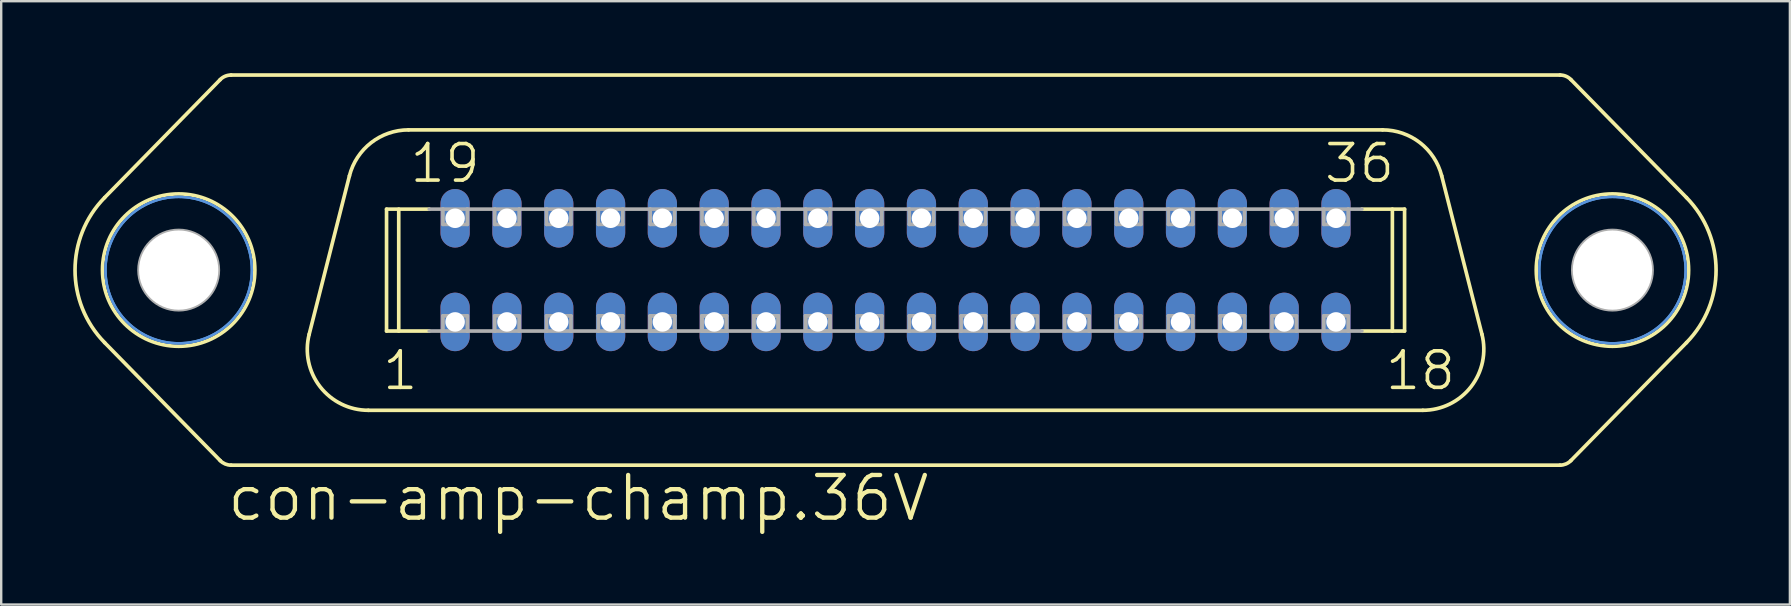
<source format=kicad_pcb>
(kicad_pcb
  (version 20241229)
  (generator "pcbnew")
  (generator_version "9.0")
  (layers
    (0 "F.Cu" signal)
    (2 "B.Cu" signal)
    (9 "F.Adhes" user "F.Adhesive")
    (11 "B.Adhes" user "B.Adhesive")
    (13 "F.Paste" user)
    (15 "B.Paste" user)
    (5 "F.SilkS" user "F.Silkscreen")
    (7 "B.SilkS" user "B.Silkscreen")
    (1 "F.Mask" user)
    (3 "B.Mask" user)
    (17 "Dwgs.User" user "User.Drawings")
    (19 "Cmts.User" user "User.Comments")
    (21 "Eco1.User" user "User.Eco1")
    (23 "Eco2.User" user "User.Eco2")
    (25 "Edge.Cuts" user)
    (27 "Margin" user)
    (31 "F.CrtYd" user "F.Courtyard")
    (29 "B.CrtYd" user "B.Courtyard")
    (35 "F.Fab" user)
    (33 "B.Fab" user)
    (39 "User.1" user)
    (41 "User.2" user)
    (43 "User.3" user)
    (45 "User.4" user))
  (footprint "con-amp-champ.36V"
    (layer "F.Cu")
    (at 34.265 8.204)
    (property "Reference" "con-amp-champ.36V" (at -27.94 10.541 0) (layer "F.SilkS") (effects (font (size 1.778 1.778) (thickness 0.18)) (justify left bottom)))
    (attr through_hole)
    (fp_line (start -28.14 -7.937) (end -32.955 -3.022) (stroke (width 0.152) (type default)) (layer "F.SilkS"))
    (fp_line (start -28.14 7.937) (end -32.955 3.022) (stroke (width 0.152) (type default)) (layer "F.SilkS"))
    (fp_line (start -27.686 -8.128) (end 27.686 -8.128) (stroke (width 0.152) (type default)) (layer "F.SilkS"))
    (fp_line (start -27.686 8.128) (end 27.686 8.128) (stroke (width 0.152) (type default)) (layer "F.SilkS"))
    (fp_line (start -22.755 -3.928) (end -24.433 2.676) (stroke (width 0.152) (type default)) (layer "F.SilkS"))
    (fp_line (start -21.971 5.842) (end 21.971 5.842) (stroke (width 0.152) (type default)) (layer "F.SilkS"))
    (fp_line (start -21.209 -2.54) (end -19.429 -2.54) (stroke (width 0.152) (type default)) (layer "F.SilkS"))
    (fp_line (start -21.209 2.54) (end -21.209 -2.54) (stroke (width 0.152) (type default)) (layer "F.SilkS"))
    (fp_line (start -21.209 2.54) (end -19.429 2.54) (stroke (width 0.152) (type default)) (layer "F.SilkS"))
    (fp_line (start -20.701 2.54) (end -20.701 -2.54) (stroke (width 0.152) (type default)) (layer "F.SilkS"))
    (fp_line (start -20.293 -5.842) (end 20.293 -5.842) (stroke (width 0.152) (type default)) (layer "F.SilkS"))
    (fp_line (start 19.429 -2.54) (end 21.209 -2.54) (stroke (width 0.152) (type default)) (layer "F.SilkS"))
    (fp_line (start 19.429 2.54) (end 21.209 2.54) (stroke (width 0.152) (type default)) (layer "F.SilkS"))
    (fp_line (start 20.701 2.54) (end 20.701 -2.54) (stroke (width 0.152) (type default)) (layer "F.SilkS"))
    (fp_line (start 21.209 2.54) (end 21.209 -2.54) (stroke (width 0.152) (type default)) (layer "F.SilkS"))
    (fp_line (start 22.755 -3.928) (end 24.433 2.676) (stroke (width 0.152) (type default)) (layer "F.SilkS"))
    (fp_line (start 28.14 -7.937) (end 32.955 -3.022) (stroke (width 0.152) (type default)) (layer "F.SilkS"))
    (fp_line (start 28.14 7.937) (end 32.955 3.022) (stroke (width 0.152) (type default)) (layer "F.SilkS"))
    (fp_arc (start -32.955 3.022) (mid -34.188365 0.0004) (end -32.955 -3.0212) (stroke (width 0.1524) (type default)) (layer "F.SilkS"))
    (fp_arc (start -28.14 -7.937) (mid -27.93241 -8.078018) (end -27.6864 -8.1276) (stroke (width 0.1524) (type default)) (layer "F.SilkS"))
    (fp_arc (start -27.6864 8.1276) (mid -27.93241 8.078018) (end -28.14 7.937) (stroke (width 0.1524) (type default)) (layer "F.SilkS"))
    (fp_arc (start -22.755 -3.928) (mid -21.852488 -5.307486) (end -20.2932 -5.8424) (stroke (width 0.1524) (type default)) (layer "F.SilkS"))
    (fp_arc (start -21.9712 5.8416) (mid -23.976286 4.860863) (end -24.433 2.676) (stroke (width 0.1524) (type default)) (layer "F.SilkS"))
    (fp_arc (start 20.293 -5.842) (mid 21.852288 -5.307086) (end 22.7548 -3.9276) (stroke (width 0.1524) (type default)) (layer "F.SilkS"))
    (fp_arc (start 24.433 2.676) (mid 23.976286 4.860863) (end 21.9712 5.8416) (stroke (width 0.1524) (type default)) (layer "F.SilkS"))
    (fp_arc (start 27.6864 -8.1276) (mid 27.93241 -8.078018) (end 28.14 -7.937) (stroke (width 0.1524) (type default)) (layer "F.SilkS"))
    (fp_arc (start 28.14 7.937) (mid 27.93241 8.078018) (end 27.6864 8.1276) (stroke (width 0.1524) (type default)) (layer "F.SilkS"))
    (fp_arc (start 32.955 -3.0212) (mid 34.188365 0.0004) (end 32.955 3.022) (stroke (width 0.1524) (type default)) (layer "F.SilkS"))
    (fp_circle (center -29.87 0) (end -26.695 0) (stroke (width 0.152) (type default)) (fill no) (layer "F.SilkS"))
    (fp_circle (center 29.87 0) (end 33.045 0) (stroke (width 0.152) (type default)) (fill no) (layer "F.SilkS"))
    (fp_circle (center -29.87 0) (end -26.822 0) (stroke (width 0.1) (type default)) (fill no) (layer "Cmts.User"))
    (fp_circle (center -29.87 0) (end -26.822 0) (stroke (width 0.1) (type default)) (fill no) (layer "Cmts.User"))
    (fp_circle (center 29.87 0) (end 32.918 0) (stroke (width 0.1) (type default)) (fill no) (layer "Cmts.User"))
    (fp_circle (center 29.87 0) (end 32.918 0) (stroke (width 0.1) (type default)) (fill no) (layer "Cmts.User"))
    (fp_line (start -19.429 -2.54) (end -18.86 -2.54) (stroke (width 0.152) (type default)) (layer "F.Fab"))
    (fp_line (start -19.429 2.54) (end -18.86 2.54) (stroke (width 0.152) (type default)) (layer "F.Fab"))
    (fp_line (start -18.86 -2.54) (end -17.843 -2.54) (stroke (width 0.152) (type default)) (layer "F.Fab"))
    (fp_line (start -18.86 -1.905) (end -18.86 -2.54) (stroke (width 0.152) (type default)) (layer "F.Fab"))
    (fp_line (start -18.86 1.905) (end -17.843 1.905) (stroke (width 0.152) (type default)) (layer "F.Fab"))
    (fp_line (start -18.86 2.54) (end -18.86 1.905) (stroke (width 0.152) (type default)) (layer "F.Fab"))
    (fp_line (start -17.843 -2.54) (end -17.843 -1.905) (stroke (width 0.152) (type default)) (layer "F.Fab"))
    (fp_line (start -17.843 -2.54) (end -16.701 -2.54) (stroke (width 0.152) (type default)) (layer "F.Fab"))
    (fp_line (start -17.843 -1.905) (end -18.86 -1.905) (stroke (width 0.152) (type default)) (layer "F.Fab"))
    (fp_line (start -17.843 1.905) (end -17.843 2.54) (stroke (width 0.152) (type default)) (layer "F.Fab"))
    (fp_line (start -17.843 2.54) (end -18.86 2.54) (stroke (width 0.152) (type default)) (layer "F.Fab"))
    (fp_line (start -17.843 2.54) (end -16.701 2.54) (stroke (width 0.152) (type default)) (layer "F.Fab"))
    (fp_line (start -16.701 -2.54) (end -15.684 -2.54) (stroke (width 0.152) (type default)) (layer "F.Fab"))
    (fp_line (start -16.701 -1.905) (end -16.701 -2.54) (stroke (width 0.152) (type default)) (layer "F.Fab"))
    (fp_line (start -16.701 1.905) (end -15.684 1.905) (stroke (width 0.152) (type default)) (layer "F.Fab"))
    (fp_line (start -16.701 2.54) (end -16.701 1.905) (stroke (width 0.152) (type default)) (layer "F.Fab"))
    (fp_line (start -15.684 -2.54) (end -15.684 -1.905) (stroke (width 0.152) (type default)) (layer "F.Fab"))
    (fp_line (start -15.684 -2.54) (end -14.541 -2.54) (stroke (width 0.152) (type default)) (layer "F.Fab"))
    (fp_line (start -15.684 -1.905) (end -16.701 -1.905) (stroke (width 0.152) (type default)) (layer "F.Fab"))
    (fp_line (start -15.684 1.905) (end -15.684 2.54) (stroke (width 0.152) (type default)) (layer "F.Fab"))
    (fp_line (start -15.684 2.54) (end -16.701 2.54) (stroke (width 0.152) (type default)) (layer "F.Fab"))
    (fp_line (start -15.684 2.54) (end -14.541 2.54) (stroke (width 0.152) (type default)) (layer "F.Fab"))
    (fp_line (start -14.541 -2.54) (end -13.525 -2.54) (stroke (width 0.152) (type default)) (layer "F.Fab"))
    (fp_line (start -14.541 -1.905) (end -14.541 -2.54) (stroke (width 0.152) (type default)) (layer "F.Fab"))
    (fp_line (start -14.541 1.905) (end -13.525 1.905) (stroke (width 0.152) (type default)) (layer "F.Fab"))
    (fp_line (start -14.541 2.54) (end -14.541 1.905) (stroke (width 0.152) (type default)) (layer "F.Fab"))
    (fp_line (start -13.525 -2.54) (end -13.525 -1.905) (stroke (width 0.152) (type default)) (layer "F.Fab"))
    (fp_line (start -13.525 -2.54) (end -12.383 -2.54) (stroke (width 0.152) (type default)) (layer "F.Fab"))
    (fp_line (start -13.525 -1.905) (end -14.541 -1.905) (stroke (width 0.152) (type default)) (layer "F.Fab"))
    (fp_line (start -13.525 1.905) (end -13.525 2.54) (stroke (width 0.152) (type default)) (layer "F.Fab"))
    (fp_line (start -13.525 2.54) (end -14.541 2.54) (stroke (width 0.152) (type default)) (layer "F.Fab"))
    (fp_line (start -13.525 2.54) (end -12.383 2.54) (stroke (width 0.152) (type default)) (layer "F.Fab"))
    (fp_line (start -12.383 -2.54) (end -11.367 -2.54) (stroke (width 0.152) (type default)) (layer "F.Fab"))
    (fp_line (start -12.383 -1.905) (end -12.383 -2.54) (stroke (width 0.152) (type default)) (layer "F.Fab"))
    (fp_line (start -12.383 1.905) (end -11.367 1.905) (stroke (width 0.152) (type default)) (layer "F.Fab"))
    (fp_line (start -12.383 2.54) (end -12.383 1.905) (stroke (width 0.152) (type default)) (layer "F.Fab"))
    (fp_line (start -11.367 -2.54) (end -11.367 -1.905) (stroke (width 0.152) (type default)) (layer "F.Fab"))
    (fp_line (start -11.367 -2.54) (end -10.223 -2.54) (stroke (width 0.152) (type default)) (layer "F.Fab"))
    (fp_line (start -11.367 -1.905) (end -12.383 -1.905) (stroke (width 0.152) (type default)) (layer "F.Fab"))
    (fp_line (start -11.367 1.905) (end -11.367 2.54) (stroke (width 0.152) (type default)) (layer "F.Fab"))
    (fp_line (start -11.367 2.54) (end -12.383 2.54) (stroke (width 0.152) (type default)) (layer "F.Fab"))
    (fp_line (start -11.367 2.54) (end -10.223 2.54) (stroke (width 0.152) (type default)) (layer "F.Fab"))
    (fp_line (start -10.223 -2.54) (end -9.207 -2.54) (stroke (width 0.152) (type default)) (layer "F.Fab"))
    (fp_line (start -10.223 -1.905) (end -10.223 -2.54) (stroke (width 0.152) (type default)) (layer "F.Fab"))
    (fp_line (start -10.223 1.905) (end -9.207 1.905) (stroke (width 0.152) (type default)) (layer "F.Fab"))
    (fp_line (start -10.223 1.905) (end -9.207 1.905) (stroke (width 0.152) (type default)) (layer "F.Fab"))
    (fp_line (start -10.223 2.54) (end -10.223 1.905) (stroke (width 0.152) (type default)) (layer "F.Fab"))
    (fp_line (start -10.223 2.54) (end -10.223 1.905) (stroke (width 0.152) (type default)) (layer "F.Fab"))
    (fp_line (start -9.207 -2.54) (end -9.207 -1.905) (stroke (width 0.152) (type default)) (layer "F.Fab"))
    (fp_line (start -9.207 -2.54) (end -8.065 -2.54) (stroke (width 0.152) (type default)) (layer "F.Fab"))
    (fp_line (start -9.207 -1.905) (end -10.223 -1.905) (stroke (width 0.152) (type default)) (layer "F.Fab"))
    (fp_line (start -9.207 1.905) (end -9.207 2.54) (stroke (width 0.152) (type default)) (layer "F.Fab"))
    (fp_line (start -9.207 1.905) (end -9.207 2.54) (stroke (width 0.152) (type default)) (layer "F.Fab"))
    (fp_line (start -9.207 2.54) (end -10.223 2.54) (stroke (width 0.152) (type default)) (layer "F.Fab"))
    (fp_line (start -9.207 2.54) (end -10.223 2.54) (stroke (width 0.152) (type default)) (layer "F.Fab"))
    (fp_line (start -9.207 2.54) (end -8.065 2.54) (stroke (width 0.152) (type default)) (layer "F.Fab"))
    (fp_line (start -8.065 -2.54) (end -7.048 -2.54) (stroke (width 0.152) (type default)) (layer "F.Fab"))
    (fp_line (start -8.065 -1.905) (end -8.065 -2.54) (stroke (width 0.152) (type default)) (layer "F.Fab"))
    (fp_line (start -8.065 1.905) (end -7.048 1.905) (stroke (width 0.152) (type default)) (layer "F.Fab"))
    (fp_line (start -8.065 1.905) (end -7.048 1.905) (stroke (width 0.152) (type default)) (layer "F.Fab"))
    (fp_line (start -8.065 2.54) (end -8.065 1.905) (stroke (width 0.152) (type default)) (layer "F.Fab"))
    (fp_line (start -8.065 2.54) (end -8.065 1.905) (stroke (width 0.152) (type default)) (layer "F.Fab"))
    (fp_line (start -7.048 -2.54) (end -7.048 -1.905) (stroke (width 0.152) (type default)) (layer "F.Fab"))
    (fp_line (start -7.048 -2.54) (end -5.905 -2.54) (stroke (width 0.152) (type default)) (layer "F.Fab"))
    (fp_line (start -7.048 -1.905) (end -8.065 -1.905) (stroke (width 0.152) (type default)) (layer "F.Fab"))
    (fp_line (start -7.048 1.905) (end -7.048 2.54) (stroke (width 0.152) (type default)) (layer "F.Fab"))
    (fp_line (start -7.048 1.905) (end -7.048 2.54) (stroke (width 0.152) (type default)) (layer "F.Fab"))
    (fp_line (start -7.048 2.54) (end -8.065 2.54) (stroke (width 0.152) (type default)) (layer "F.Fab"))
    (fp_line (start -7.048 2.54) (end -8.065 2.54) (stroke (width 0.152) (type default)) (layer "F.Fab"))
    (fp_line (start -7.048 2.54) (end -5.905 2.54) (stroke (width 0.152) (type default)) (layer "F.Fab"))
    (fp_line (start -5.905 -2.54) (end -4.889 -2.54) (stroke (width 0.152) (type default)) (layer "F.Fab"))
    (fp_line (start -5.905 -1.905) (end -5.905 -2.54) (stroke (width 0.152) (type default)) (layer "F.Fab"))
    (fp_line (start -5.905 1.905) (end -4.889 1.905) (stroke (width 0.152) (type default)) (layer "F.Fab"))
    (fp_line (start -5.905 1.905) (end -4.889 1.905) (stroke (width 0.152) (type default)) (layer "F.Fab"))
    (fp_line (start -5.905 2.54) (end -5.905 1.905) (stroke (width 0.152) (type default)) (layer "F.Fab"))
    (fp_line (start -5.905 2.54) (end -5.905 1.905) (stroke (width 0.152) (type default)) (layer "F.Fab"))
    (fp_line (start -4.889 -2.54) (end -4.889 -1.905) (stroke (width 0.152) (type default)) (layer "F.Fab"))
    (fp_line (start -4.889 -2.54) (end -3.747 -2.54) (stroke (width 0.152) (type default)) (layer "F.Fab"))
    (fp_line (start -4.889 -1.905) (end -5.905 -1.905) (stroke (width 0.152) (type default)) (layer "F.Fab"))
    (fp_line (start -4.889 1.905) (end -4.889 2.54) (stroke (width 0.152) (type default)) (layer "F.Fab"))
    (fp_line (start -4.889 1.905) (end -4.889 2.54) (stroke (width 0.152) (type default)) (layer "F.Fab"))
    (fp_line (start -4.889 2.54) (end -5.905 2.54) (stroke (width 0.152) (type default)) (layer "F.Fab"))
    (fp_line (start -4.889 2.54) (end -5.905 2.54) (stroke (width 0.152) (type default)) (layer "F.Fab"))
    (fp_line (start -4.889 2.54) (end -3.747 2.54) (stroke (width 0.152) (type default)) (layer "F.Fab"))
    (fp_line (start -3.747 -2.54) (end -2.731 -2.54) (stroke (width 0.152) (type default)) (layer "F.Fab"))
    (fp_line (start -3.747 -1.905) (end -3.747 -2.54) (stroke (width 0.152) (type default)) (layer "F.Fab"))
    (fp_line (start -3.747 1.905) (end -2.731 1.905) (stroke (width 0.152) (type default)) (layer "F.Fab"))
    (fp_line (start -3.747 1.905) (end -2.731 1.905) (stroke (width 0.152) (type default)) (layer "F.Fab"))
    (fp_line (start -3.747 2.54) (end -3.747 1.905) (stroke (width 0.152) (type default)) (layer "F.Fab"))
    (fp_line (start -3.747 2.54) (end -3.747 1.905) (stroke (width 0.152) (type default)) (layer "F.Fab"))
    (fp_line (start -2.731 -2.54) (end -2.731 -1.905) (stroke (width 0.152) (type default)) (layer "F.Fab"))
    (fp_line (start -2.731 -2.54) (end -1.587 -2.54) (stroke (width 0.152) (type default)) (layer "F.Fab"))
    (fp_line (start -2.731 -1.905) (end -3.747 -1.905) (stroke (width 0.152) (type default)) (layer "F.Fab"))
    (fp_line (start -2.731 1.905) (end -2.731 2.54) (stroke (width 0.152) (type default)) (layer "F.Fab"))
    (fp_line (start -2.731 1.905) (end -2.731 2.54) (stroke (width 0.152) (type default)) (layer "F.Fab"))
    (fp_line (start -2.731 2.54) (end -3.747 2.54) (stroke (width 0.152) (type default)) (layer "F.Fab"))
    (fp_line (start -2.731 2.54) (end -3.747 2.54) (stroke (width 0.152) (type default)) (layer "F.Fab"))
    (fp_line (start -2.731 2.54) (end -1.587 2.54) (stroke (width 0.152) (type default)) (layer "F.Fab"))
    (fp_line (start -1.587 -2.54) (end -0.572 -2.54) (stroke (width 0.152) (type default)) (layer "F.Fab"))
    (fp_line (start -1.587 -1.905) (end -1.587 -2.54) (stroke (width 0.152) (type default)) (layer "F.Fab"))
    (fp_line (start -1.587 1.905) (end -0.572 1.905) (stroke (width 0.152) (type default)) (layer "F.Fab"))
    (fp_line (start -1.587 2.54) (end -1.587 1.905) (stroke (width 0.152) (type default)) (layer "F.Fab"))
    (fp_line (start -0.572 -2.54) (end -0.572 -1.905) (stroke (width 0.152) (type default)) (layer "F.Fab"))
    (fp_line (start -0.572 -2.54) (end 0.572 -2.54) (stroke (width 0.152) (type default)) (layer "F.Fab"))
    (fp_line (start -0.572 -1.905) (end -1.587 -1.905) (stroke (width 0.152) (type default)) (layer "F.Fab"))
    (fp_line (start -0.572 1.905) (end -0.572 2.54) (stroke (width 0.152) (type default)) (layer "F.Fab"))
    (fp_line (start -0.572 2.54) (end -1.587 2.54) (stroke (width 0.152) (type default)) (layer "F.Fab"))
    (fp_line (start -0.572 2.54) (end 0.572 2.54) (stroke (width 0.152) (type default)) (layer "F.Fab"))
    (fp_line (start 0.572 -2.54) (end 1.587 -2.54) (stroke (width 0.152) (type default)) (layer "F.Fab"))
    (fp_line (start 0.572 -1.905) (end 0.572 -2.54) (stroke (width 0.152) (type default)) (layer "F.Fab"))
    (fp_line (start 0.572 1.905) (end 1.587 1.905) (stroke (width 0.152) (type default)) (layer "F.Fab"))
    (fp_line (start 0.572 2.54) (end 0.572 1.905) (stroke (width 0.152) (type default)) (layer "F.Fab"))
    (fp_line (start 1.587 -2.54) (end 1.587 -1.905) (stroke (width 0.152) (type default)) (layer "F.Fab"))
    (fp_line (start 1.587 -2.54) (end 2.731 -2.54) (stroke (width 0.152) (type default)) (layer "F.Fab"))
    (fp_line (start 1.587 -1.905) (end 0.572 -1.905) (stroke (width 0.152) (type default)) (layer "F.Fab"))
    (fp_line (start 1.587 1.905) (end 1.587 2.54) (stroke (width 0.152) (type default)) (layer "F.Fab"))
    (fp_line (start 1.587 2.54) (end 0.572 2.54) (stroke (width 0.152) (type default)) (layer "F.Fab"))
    (fp_line (start 1.587 2.54) (end 2.731 2.54) (stroke (width 0.152) (type default)) (layer "F.Fab"))
    (fp_line (start 2.731 -2.54) (end 3.747 -2.54) (stroke (width 0.152) (type default)) (layer "F.Fab"))
    (fp_line (start 2.731 -1.905) (end 2.731 -2.54) (stroke (width 0.152) (type default)) (layer "F.Fab"))
    (fp_line (start 2.731 1.905) (end 3.747 1.905) (stroke (width 0.152) (type default)) (layer "F.Fab"))
    (fp_line (start 2.731 2.54) (end 2.731 1.905) (stroke (width 0.152) (type default)) (layer "F.Fab"))
    (fp_line (start 3.747 -2.54) (end 3.747 -1.905) (stroke (width 0.152) (type default)) (layer "F.Fab"))
    (fp_line (start 3.747 -2.54) (end 4.889 -2.54) (stroke (width 0.152) (type default)) (layer "F.Fab"))
    (fp_line (start 3.747 -1.905) (end 2.731 -1.905) (stroke (width 0.152) (type default)) (layer "F.Fab"))
    (fp_line (start 3.747 1.905) (end 3.747 2.54) (stroke (width 0.152) (type default)) (layer "F.Fab"))
    (fp_line (start 3.747 2.54) (end 2.731 2.54) (stroke (width 0.152) (type default)) (layer "F.Fab"))
    (fp_line (start 3.747 2.54) (end 4.889 2.54) (stroke (width 0.152) (type default)) (layer "F.Fab"))
    (fp_line (start 4.889 -2.54) (end 5.905 -2.54) (stroke (width 0.152) (type default)) (layer "F.Fab"))
    (fp_line (start 4.889 -1.905) (end 4.889 -2.54) (stroke (width 0.152) (type default)) (layer "F.Fab"))
    (fp_line (start 4.889 1.905) (end 5.905 1.905) (stroke (width 0.152) (type default)) (layer "F.Fab"))
    (fp_line (start 4.889 2.54) (end 4.889 1.905) (stroke (width 0.152) (type default)) (layer "F.Fab"))
    (fp_line (start 5.905 -2.54) (end 5.905 -1.905) (stroke (width 0.152) (type default)) (layer "F.Fab"))
    (fp_line (start 5.905 -2.54) (end 7.048 -2.54) (stroke (width 0.152) (type default)) (layer "F.Fab"))
    (fp_line (start 5.905 -1.905) (end 4.889 -1.905) (stroke (width 0.152) (type default)) (layer "F.Fab"))
    (fp_line (start 5.905 1.905) (end 5.905 2.54) (stroke (width 0.152) (type default)) (layer "F.Fab"))
    (fp_line (start 5.905 2.54) (end 4.889 2.54) (stroke (width 0.152) (type default)) (layer "F.Fab"))
    (fp_line (start 5.905 2.54) (end 7.048 2.54) (stroke (width 0.152) (type default)) (layer "F.Fab"))
    (fp_line (start 7.048 -2.54) (end 8.065 -2.54) (stroke (width 0.152) (type default)) (layer "F.Fab"))
    (fp_line (start 7.048 -1.905) (end 7.048 -2.54) (stroke (width 0.152) (type default)) (layer "F.Fab"))
    (fp_line (start 7.048 1.905) (end 8.065 1.905) (stroke (width 0.152) (type default)) (layer "F.Fab"))
    (fp_line (start 7.048 2.54) (end 7.048 1.905) (stroke (width 0.152) (type default)) (layer "F.Fab"))
    (fp_line (start 8.065 -2.54) (end 8.065 -1.905) (stroke (width 0.152) (type default)) (layer "F.Fab"))
    (fp_line (start 8.065 -2.54) (end 9.207 -2.54) (stroke (width 0.152) (type default)) (layer "F.Fab"))
    (fp_line (start 8.065 -1.905) (end 7.048 -1.905) (stroke (width 0.152) (type default)) (layer "F.Fab"))
    (fp_line (start 8.065 1.905) (end 8.065 2.54) (stroke (width 0.152) (type default)) (layer "F.Fab"))
    (fp_line (start 8.065 2.54) (end 7.048 2.54) (stroke (width 0.152) (type default)) (layer "F.Fab"))
    (fp_line (start 8.065 2.54) (end 9.207 2.54) (stroke (width 0.152) (type default)) (layer "F.Fab"))
    (fp_line (start 9.207 -2.54) (end 10.223 -2.54) (stroke (width 0.152) (type default)) (layer "F.Fab"))
    (fp_line (start 9.207 -1.905) (end 9.207 -2.54) (stroke (width 0.152) (type default)) (layer "F.Fab"))
    (fp_line (start 9.207 1.905) (end 10.223 1.905) (stroke (width 0.152) (type default)) (layer "F.Fab"))
    (fp_line (start 9.207 2.54) (end 9.207 1.905) (stroke (width 0.152) (type default)) (layer "F.Fab"))
    (fp_line (start 10.223 -2.54) (end 10.223 -1.905) (stroke (width 0.152) (type default)) (layer "F.Fab"))
    (fp_line (start 10.223 -2.54) (end 11.367 -2.54) (stroke (width 0.152) (type default)) (layer "F.Fab"))
    (fp_line (start 10.223 -1.905) (end 9.207 -1.905) (stroke (width 0.152) (type default)) (layer "F.Fab"))
    (fp_line (start 10.223 1.905) (end 10.223 2.54) (stroke (width 0.152) (type default)) (layer "F.Fab"))
    (fp_line (start 10.223 2.54) (end 9.207 2.54) (stroke (width 0.152) (type default)) (layer "F.Fab"))
    (fp_line (start 10.223 2.54) (end 11.367 2.54) (stroke (width 0.152) (type default)) (layer "F.Fab"))
    (fp_line (start 11.367 -2.54) (end 12.383 -2.54) (stroke (width 0.152) (type default)) (layer "F.Fab"))
    (fp_line (start 11.367 -1.905) (end 11.367 -2.54) (stroke (width 0.152) (type default)) (layer "F.Fab"))
    (fp_line (start 11.367 1.905) (end 12.383 1.905) (stroke (width 0.152) (type default)) (layer "F.Fab"))
    (fp_line (start 11.367 2.54) (end 11.367 1.905) (stroke (width 0.152) (type default)) (layer "F.Fab"))
    (fp_line (start 12.383 -2.54) (end 12.383 -1.905) (stroke (width 0.152) (type default)) (layer "F.Fab"))
    (fp_line (start 12.383 -2.54) (end 13.525 -2.54) (stroke (width 0.152) (type default)) (layer "F.Fab"))
    (fp_line (start 12.383 -1.905) (end 11.367 -1.905) (stroke (width 0.152) (type default)) (layer "F.Fab"))
    (fp_line (start 12.383 1.905) (end 12.383 2.54) (stroke (width 0.152) (type default)) (layer "F.Fab"))
    (fp_line (start 12.383 2.54) (end 11.367 2.54) (stroke (width 0.152) (type default)) (layer "F.Fab"))
    (fp_line (start 12.383 2.54) (end 13.525 2.54) (stroke (width 0.152) (type default)) (layer "F.Fab"))
    (fp_line (start 13.525 -2.54) (end 14.541 -2.54) (stroke (width 0.152) (type default)) (layer "F.Fab"))
    (fp_line (start 13.525 -1.905) (end 13.525 -2.54) (stroke (width 0.152) (type default)) (layer "F.Fab"))
    (fp_line (start 13.525 1.905) (end 14.541 1.905) (stroke (width 0.152) (type default)) (layer "F.Fab"))
    (fp_line (start 13.525 2.54) (end 13.525 1.905) (stroke (width 0.152) (type default)) (layer "F.Fab"))
    (fp_line (start 14.541 -2.54) (end 14.541 -1.905) (stroke (width 0.152) (type default)) (layer "F.Fab"))
    (fp_line (start 14.541 -2.54) (end 15.684 -2.54) (stroke (width 0.152) (type default)) (layer "F.Fab"))
    (fp_line (start 14.541 -1.905) (end 13.525 -1.905) (stroke (width 0.152) (type default)) (layer "F.Fab"))
    (fp_line (start 14.541 1.905) (end 14.541 2.54) (stroke (width 0.152) (type default)) (layer "F.Fab"))
    (fp_line (start 14.541 2.54) (end 13.525 2.54) (stroke (width 0.152) (type default)) (layer "F.Fab"))
    (fp_line (start 14.541 2.54) (end 15.684 2.54) (stroke (width 0.152) (type default)) (layer "F.Fab"))
    (fp_line (start 15.684 -2.54) (end 16.701 -2.54) (stroke (width 0.152) (type default)) (layer "F.Fab"))
    (fp_line (start 15.684 -1.905) (end 15.684 -2.54) (stroke (width 0.152) (type default)) (layer "F.Fab"))
    (fp_line (start 15.684 1.905) (end 16.701 1.905) (stroke (width 0.152) (type default)) (layer "F.Fab"))
    (fp_line (start 15.684 2.54) (end 15.684 1.905) (stroke (width 0.152) (type default)) (layer "F.Fab"))
    (fp_line (start 16.701 -2.54) (end 16.701 -1.905) (stroke (width 0.152) (type default)) (layer "F.Fab"))
    (fp_line (start 16.701 -2.54) (end 17.843 -2.54) (stroke (width 0.152) (type default)) (layer "F.Fab"))
    (fp_line (start 16.701 -1.905) (end 15.684 -1.905) (stroke (width 0.152) (type default)) (layer "F.Fab"))
    (fp_line (start 16.701 1.905) (end 16.701 2.54) (stroke (width 0.152) (type default)) (layer "F.Fab"))
    (fp_line (start 16.701 2.54) (end 15.684 2.54) (stroke (width 0.152) (type default)) (layer "F.Fab"))
    (fp_line (start 16.701 2.54) (end 17.843 2.54) (stroke (width 0.152) (type default)) (layer "F.Fab"))
    (fp_line (start 17.843 -2.54) (end 18.86 -2.54) (stroke (width 0.152) (type default)) (layer "F.Fab"))
    (fp_line (start 17.843 -1.905) (end 17.843 -2.54) (stroke (width 0.152) (type default)) (layer "F.Fab"))
    (fp_line (start 17.843 1.905) (end 18.86 1.905) (stroke (width 0.152) (type default)) (layer "F.Fab"))
    (fp_line (start 17.843 2.54) (end 17.843 1.905) (stroke (width 0.152) (type default)) (layer "F.Fab"))
    (fp_line (start 18.86 -2.54) (end 18.86 -1.905) (stroke (width 0.152) (type default)) (layer "F.Fab"))
    (fp_line (start 18.86 -2.54) (end 19.429 -2.54) (stroke (width 0.152) (type default)) (layer "F.Fab"))
    (fp_line (start 18.86 -1.905) (end 17.843 -1.905) (stroke (width 0.152) (type default)) (layer "F.Fab"))
    (fp_line (start 18.86 1.905) (end 18.86 2.54) (stroke (width 0.152) (type default)) (layer "F.Fab"))
    (fp_line (start 18.86 2.54) (end 17.843 2.54) (stroke (width 0.152) (type default)) (layer "F.Fab"))
    (fp_line (start 18.86 2.54) (end 19.429 2.54) (stroke (width 0.152) (type default)) (layer "F.Fab"))
    (fp_rect (start -18.86 -1.905) (end -17.843 -2.54) (stroke (width 0.05) (type default)) (fill no) (layer "F.Fab"))
    (fp_rect (start -18.86 2.54) (end -17.843 1.905) (stroke (width 0.05) (type default)) (fill no) (layer "F.Fab"))
    (fp_rect (start -16.701 -1.905) (end -15.684 -2.54) (stroke (width 0.05) (type default)) (fill no) (layer "F.Fab"))
    (fp_rect (start -16.701 2.54) (end -15.684 1.905) (stroke (width 0.05) (type default)) (fill no) (layer "F.Fab"))
    (fp_rect (start -14.541 -1.905) (end -13.525 -2.54) (stroke (width 0.05) (type default)) (fill no) (layer "F.Fab"))
    (fp_rect (start -14.541 2.54) (end -13.525 1.905) (stroke (width 0.05) (type default)) (fill no) (layer "F.Fab"))
    (fp_rect (start -12.383 -1.905) (end -11.367 -2.54) (stroke (width 0.05) (type default)) (fill no) (layer "F.Fab"))
    (fp_rect (start -12.383 2.54) (end -11.367 1.905) (stroke (width 0.05) (type default)) (fill no) (layer "F.Fab"))
    (fp_rect (start -10.223 -1.905) (end -9.207 -2.54) (stroke (width 0.05) (type default)) (fill no) (layer "F.Fab"))
    (fp_rect (start -10.223 2.54) (end -9.207 1.905) (stroke (width 0.05) (type default)) (fill no) (layer "F.Fab"))
    (fp_rect (start -8.065 -1.905) (end -7.048 -2.54) (stroke (width 0.05) (type default)) (fill no) (layer "F.Fab"))
    (fp_rect (start -8.065 2.54) (end -7.048 1.905) (stroke (width 0.05) (type default)) (fill no) (layer "F.Fab"))
    (fp_rect (start -5.905 -1.905) (end -4.889 -2.54) (stroke (width 0.05) (type default)) (fill no) (layer "F.Fab"))
    (fp_rect (start -5.905 2.54) (end -4.889 1.905) (stroke (width 0.05) (type default)) (fill no) (layer "F.Fab"))
    (fp_rect (start -3.747 -1.905) (end -2.731 -2.54) (stroke (width 0.05) (type default)) (fill no) (layer "F.Fab"))
    (fp_rect (start -3.747 2.54) (end -2.731 1.905) (stroke (width 0.05) (type default)) (fill no) (layer "F.Fab"))
    (fp_rect (start -1.587 -1.905) (end -0.572 -2.54) (stroke (width 0.05) (type default)) (fill no) (layer "F.Fab"))
    (fp_rect (start -1.587 2.54) (end -0.572 1.905) (stroke (width 0.05) (type default)) (fill no) (layer "F.Fab"))
    (fp_rect (start 0.572 -1.905) (end 1.587 -2.54) (stroke (width 0.05) (type default)) (fill no) (layer "F.Fab"))
    (fp_rect (start 0.572 2.54) (end 1.587 1.905) (stroke (width 0.05) (type default)) (fill no) (layer "F.Fab"))
    (fp_rect (start 2.731 -1.905) (end 3.747 -2.54) (stroke (width 0.05) (type default)) (fill no) (layer "F.Fab"))
    (fp_rect (start 2.731 2.54) (end 3.747 1.905) (stroke (width 0.05) (type default)) (fill no) (layer "F.Fab"))
    (fp_rect (start 4.889 -1.905) (end 5.905 -2.54) (stroke (width 0.05) (type default)) (fill no) (layer "F.Fab"))
    (fp_rect (start 4.889 2.54) (end 5.905 1.905) (stroke (width 0.05) (type default)) (fill no) (layer "F.Fab"))
    (fp_rect (start 7.048 -1.905) (end 8.065 -2.54) (stroke (width 0.05) (type default)) (fill no) (layer "F.Fab"))
    (fp_rect (start 7.048 2.54) (end 8.065 1.905) (stroke (width 0.05) (type default)) (fill no) (layer "F.Fab"))
    (fp_rect (start 9.207 -1.905) (end 10.223 -2.54) (stroke (width 0.05) (type default)) (fill no) (layer "F.Fab"))
    (fp_rect (start 9.207 2.54) (end 10.223 1.905) (stroke (width 0.05) (type default)) (fill no) (layer "F.Fab"))
    (fp_rect (start 11.367 -1.905) (end 12.383 -2.54) (stroke (width 0.05) (type default)) (fill no) (layer "F.Fab"))
    (fp_rect (start 11.367 2.54) (end 12.383 1.905) (stroke (width 0.05) (type default)) (fill no) (layer "F.Fab"))
    (fp_rect (start 13.525 -1.905) (end 14.541 -2.54) (stroke (width 0.05) (type default)) (fill no) (layer "F.Fab"))
    (fp_rect (start 13.525 2.54) (end 14.541 1.905) (stroke (width 0.05) (type default)) (fill no) (layer "F.Fab"))
    (fp_rect (start 15.684 -1.905) (end 16.701 -2.54) (stroke (width 0.05) (type default)) (fill no) (layer "F.Fab"))
    (fp_rect (start 15.684 2.54) (end 16.701 1.905) (stroke (width 0.05) (type default)) (fill no) (layer "F.Fab"))
    (fp_rect (start 17.843 -1.905) (end 18.86 -2.54) (stroke (width 0.05) (type default)) (fill no) (layer "F.Fab"))
    (fp_rect (start 17.843 2.54) (end 18.86 1.905) (stroke (width 0.05) (type default)) (fill no) (layer "F.Fab"))
    (fp_circle (center -29.87 0) (end -28.219 0) (stroke (width 0.152) (type default)) (fill no) (layer "F.Fab"))
    (fp_circle (center 29.87 0) (end 31.521 0) (stroke (width 0.152) (type default)) (fill no) (layer "F.Fab"))
    (fp_text user "1" (at -21.463 5.08 0) (layer "F.SilkS") (effects (font (size 1.524 1.524) (thickness 0.15)) (justify left bottom)))
    (fp_text user "19" (at -20.32 -3.556 0) (layer "F.SilkS") (effects (font (size 1.524 1.524) (thickness 0.15)) (justify left bottom)))
    (fp_text user "18" (at 20.32 5.08 0) (layer "F.SilkS") (effects (font (size 1.524 1.524) (thickness 0.15)) (justify left bottom)))
    (fp_text user "36" (at 17.78 -3.556 0) (layer "F.SilkS") (effects (font (size 1.524 1.524) (thickness 0.15)) (justify left bottom)))
    (pad "" np_thru_hole circle (at -29.87 0) (size 3.302 3.302) (drill 3.302) (layers "*.Cu" "*.Mask"))
    (pad "" np_thru_hole circle (at 29.87 0) (size 3.302 3.302) (drill 3.302) (layers "*.Cu" "*.Mask"))
    (pad "1" thru_hole oval (at -18.352 2.159 90) (size 2.438 1.219) (drill 0.813) (layers "*.Cu" "*.Mask"))
    (pad "2" thru_hole oval (at -16.192 2.159 90) (size 2.438 1.219) (drill 0.813) (layers "*.Cu" "*.Mask"))
    (pad "3" thru_hole oval (at -14.034 2.159 90) (size 2.438 1.219) (drill 0.813) (layers "*.Cu" "*.Mask"))
    (pad "4" thru_hole oval (at -11.874 2.159 90) (size 2.438 1.219) (drill 0.813) (layers "*.Cu" "*.Mask"))
    (pad "5" thru_hole oval (at -9.716 2.159 90) (size 2.438 1.219) (drill 0.813) (layers "*.Cu" "*.Mask"))
    (pad "6" thru_hole oval (at -7.556 2.159 90) (size 2.438 1.219) (drill 0.813) (layers "*.Cu" "*.Mask"))
    (pad "7" thru_hole oval (at -5.397 2.159 90) (size 2.438 1.219) (drill 0.813) (layers "*.Cu" "*.Mask"))
    (pad "8" thru_hole oval (at -3.239 2.159 90) (size 2.438 1.219) (drill 0.813) (layers "*.Cu" "*.Mask"))
    (pad "9" thru_hole oval (at -1.079 2.159 90) (size 2.438 1.219) (drill 0.813) (layers "*.Cu" "*.Mask"))
    (pad "10" thru_hole oval (at 1.079 2.159 90) (size 2.438 1.219) (drill 0.813) (layers "*.Cu" "*.Mask"))
    (pad "11" thru_hole oval (at 3.239 2.159 90) (size 2.438 1.219) (drill 0.813) (layers "*.Cu" "*.Mask"))
    (pad "12" thru_hole oval (at 5.397 2.159 90) (size 2.438 1.219) (drill 0.813) (layers "*.Cu" "*.Mask"))
    (pad "13" thru_hole oval (at 7.556 2.159 90) (size 2.438 1.219) (drill 0.813) (layers "*.Cu" "*.Mask"))
    (pad "14" thru_hole oval (at 9.716 2.159 90) (size 2.438 1.219) (drill 0.813) (layers "*.Cu" "*.Mask"))
    (pad "15" thru_hole oval (at 11.874 2.159 90) (size 2.438 1.219) (drill 0.813) (layers "*.Cu" "*.Mask"))
    (pad "16" thru_hole oval (at 14.034 2.159 90) (size 2.438 1.219) (drill 0.813) (layers "*.Cu" "*.Mask"))
    (pad "17" thru_hole oval (at 16.192 2.159 90) (size 2.438 1.219) (drill 0.813) (layers "*.Cu" "*.Mask"))
    (pad "18" thru_hole oval (at 18.352 2.159 90) (size 2.438 1.219) (drill 0.813) (layers "*.Cu" "*.Mask"))
    (pad "19" thru_hole oval (at -18.352 -2.159 90) (size 2.438 1.219) (drill 0.813) (layers "*.Cu" "*.Mask"))
    (pad "20" thru_hole oval (at -16.192 -2.159 90) (size 2.438 1.219) (drill 0.813) (layers "*.Cu" "*.Mask"))
    (pad "21" thru_hole oval (at -14.034 -2.159 90) (size 2.438 1.219) (drill 0.813) (layers "*.Cu" "*.Mask"))
    (pad "22" thru_hole oval (at -11.874 -2.159 90) (size 2.438 1.219) (drill 0.813) (layers "*.Cu" "*.Mask"))
    (pad "23" thru_hole oval (at -9.716 -2.159 90) (size 2.438 1.219) (drill 0.813) (layers "*.Cu" "*.Mask"))
    (pad "24" thru_hole oval (at -7.556 -2.159 90) (size 2.438 1.219) (drill 0.813) (layers "*.Cu" "*.Mask"))
    (pad "25" thru_hole oval (at -5.397 -2.159 90) (size 2.438 1.219) (drill 0.813) (layers "*.Cu" "*.Mask"))
    (pad "26" thru_hole oval (at -3.239 -2.159 90) (size 2.438 1.219) (drill 0.813) (layers "*.Cu" "*.Mask"))
    (pad "27" thru_hole oval (at -1.079 -2.159 90) (size 2.438 1.219) (drill 0.813) (layers "*.Cu" "*.Mask"))
    (pad "28" thru_hole oval (at 1.079 -2.159 90) (size 2.438 1.219) (drill 0.813) (layers "*.Cu" "*.Mask"))
    (pad "29" thru_hole oval (at 3.239 -2.159 90) (size 2.438 1.219) (drill 0.813) (layers "*.Cu" "*.Mask"))
    (pad "30" thru_hole oval (at 5.397 -2.159 90) (size 2.438 1.219) (drill 0.813) (layers "*.Cu" "*.Mask"))
    (pad "31" thru_hole oval (at 7.556 -2.159 90) (size 2.438 1.219) (drill 0.813) (layers "*.Cu" "*.Mask"))
    (pad "32" thru_hole oval (at 9.716 -2.159 90) (size 2.438 1.219) (drill 0.813) (layers "*.Cu" "*.Mask"))
    (pad "33" thru_hole oval (at 11.874 -2.159 90) (size 2.438 1.219) (drill 0.813) (layers "*.Cu" "*.Mask"))
    (pad "34" thru_hole oval (at 14.034 -2.159 90) (size 2.438 1.219) (drill 0.813) (layers "*.Cu" "*.Mask"))
    (pad "35" thru_hole oval (at 16.192 -2.159 90) (size 2.438 1.219) (drill 0.813) (layers "*.Cu" "*.Mask"))
    (pad "36" thru_hole oval (at 18.352 -2.159 90) (size 2.438 1.219) (drill 0.813) (layers "*.Cu" "*.Mask")))
  (gr_rect
    (start -3 -3)
    (end 71.529 22.139)
    (stroke (width 0.1) (type default))
    (fill no)
    (layer "Edge.Cuts")))
</source>
